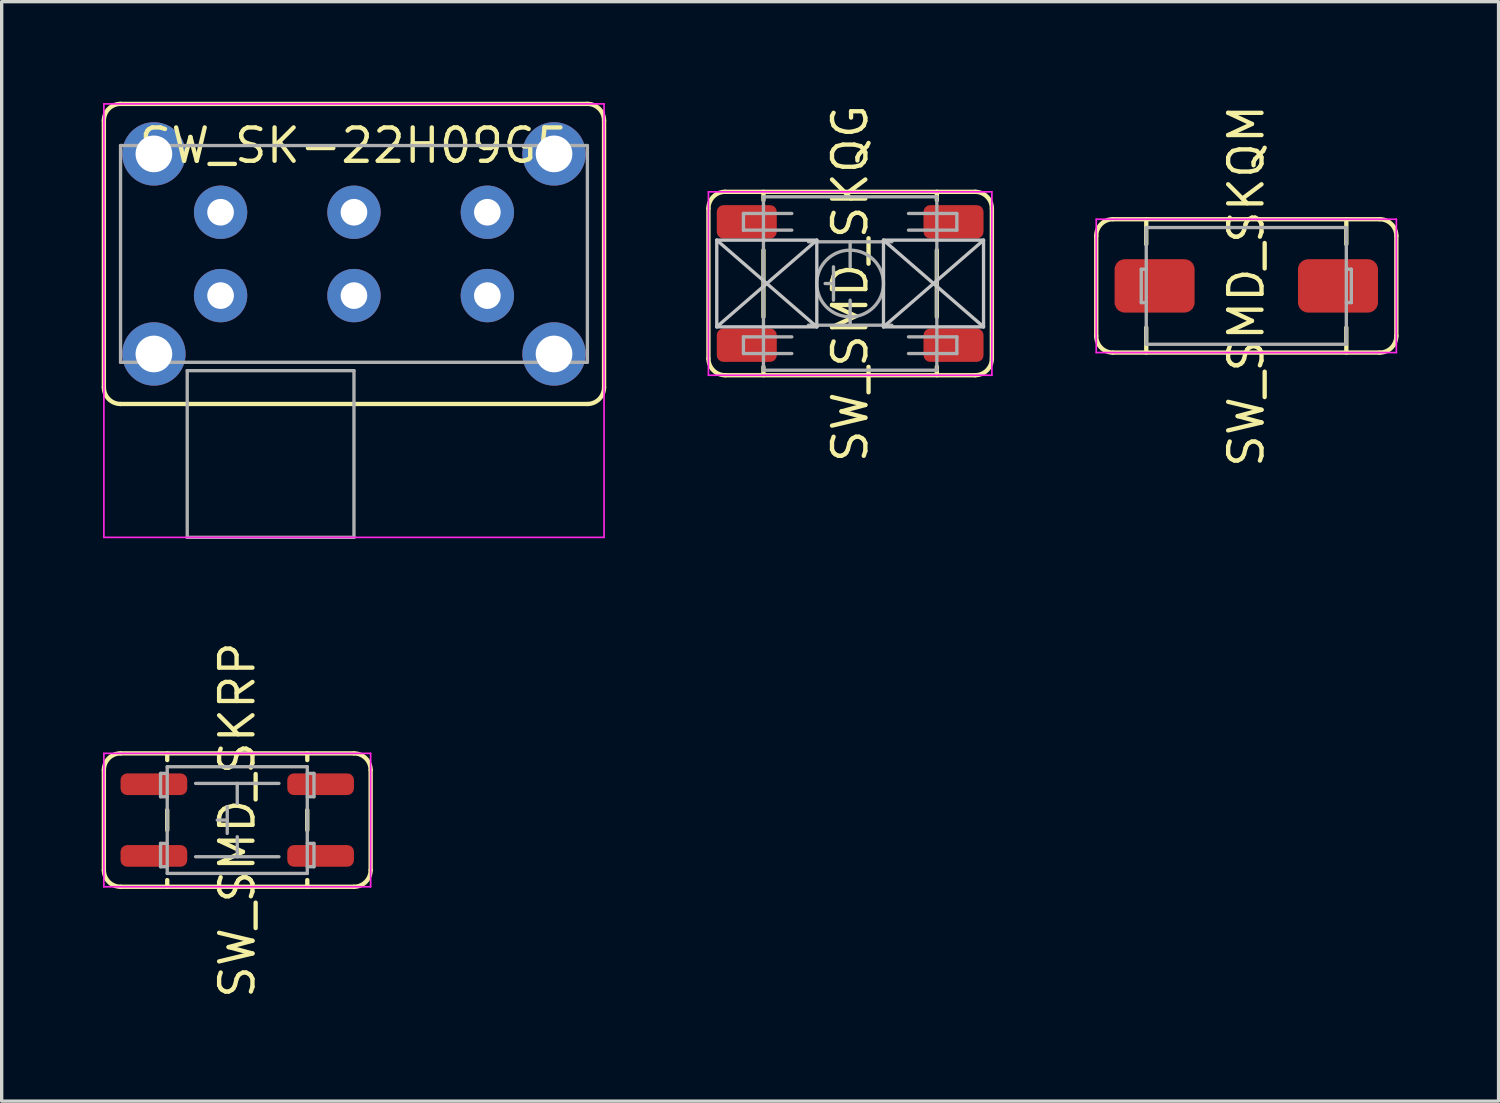
<source format=kicad_pcb>
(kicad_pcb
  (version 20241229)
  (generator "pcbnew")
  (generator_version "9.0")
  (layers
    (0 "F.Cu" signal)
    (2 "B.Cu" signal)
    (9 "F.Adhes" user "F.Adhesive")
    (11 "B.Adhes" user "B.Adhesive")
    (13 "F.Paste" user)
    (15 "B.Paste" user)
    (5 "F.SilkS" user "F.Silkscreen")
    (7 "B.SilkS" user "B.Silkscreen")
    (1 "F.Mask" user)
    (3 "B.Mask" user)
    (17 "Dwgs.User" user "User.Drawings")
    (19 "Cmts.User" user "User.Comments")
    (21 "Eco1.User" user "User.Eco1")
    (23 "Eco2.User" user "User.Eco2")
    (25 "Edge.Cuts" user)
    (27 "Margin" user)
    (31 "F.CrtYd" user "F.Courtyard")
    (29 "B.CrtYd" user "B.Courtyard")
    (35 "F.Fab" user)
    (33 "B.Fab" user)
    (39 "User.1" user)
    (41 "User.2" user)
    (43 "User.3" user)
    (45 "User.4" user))
  (footprint "SW_SMD_SKQG"
    (layer "F.Cu")
    (at 22.445 5.452)
    (property "Reference" "SW_SMD_SKQG" (at 0 0 90) (layer "F.SilkS") (effects (font (size 1 1) (thickness 0.13))))
    (attr smd)
    (fp_line (start -4.25 2.25) (end -4.25 -2.25) (stroke (width 0.13) (type solid)) (layer "F.SilkS"))
    (fp_line (start -3.75 -2.75) (end 3.75 -2.75) (stroke (width 0.13) (type solid)) (layer "F.SilkS"))
    (fp_line (start -2.6 -2.5) (end -2.6 -2.75) (stroke (width 0.13) (type solid)) (layer "F.SilkS"))
    (fp_line (start -2.6 1) (end -2.6 -1) (stroke (width 0.13) (type solid)) (layer "F.SilkS"))
    (fp_line (start -2.6 2.5) (end -2.6 2.75) (stroke (width 0.13) (type solid)) (layer "F.SilkS"))
    (fp_line (start 2.6 -2.5) (end 2.6 -2.75) (stroke (width 0.13) (type solid)) (layer "F.SilkS"))
    (fp_line (start 2.6 -1) (end 2.6 1) (stroke (width 0.13) (type solid)) (layer "F.SilkS"))
    (fp_line (start 2.6 2.5) (end 2.6 2.75) (stroke (width 0.13) (type solid)) (layer "F.SilkS"))
    (fp_line (start 3.75 2.75) (end -3.75 2.75) (stroke (width 0.13) (type solid)) (layer "F.SilkS"))
    (fp_line (start 4.25 -2.25) (end 4.25 2.25) (stroke (width 0.13) (type solid)) (layer "F.SilkS"))
    (fp_arc (start -4.25 -2.25) (mid -4.103553 -2.603553) (end -3.75 -2.75) (stroke (width 0.13) (type solid)) (layer "F.SilkS"))
    (fp_arc (start -3.75 2.75) (mid -4.103553 2.603553) (end -4.25 2.25) (stroke (width 0.13) (type solid)) (layer "F.SilkS"))
    (fp_arc (start 3.75 -2.75) (mid 4.103553 -2.603553) (end 4.25 -2.25) (stroke (width 0.13) (type solid)) (layer "F.SilkS"))
    (fp_arc (start 4.25 2.25) (mid 4.103553 2.603553) (end 3.75 2.75) (stroke (width 0.13) (type solid)) (layer "F.SilkS"))
    (fp_line (start -4 -1.3) (end -4 1.3) (stroke (width 0.1) (type solid)) (layer "Dwgs.User"))
    (fp_line (start -4 1.3) (end -1 -1.3) (stroke (width 0.1) (type solid)) (layer "Dwgs.User"))
    (fp_line (start -1 -1.3) (end -4 -1.3) (stroke (width 0.1) (type solid)) (layer "Dwgs.User"))
    (fp_line (start -1 1.3) (end -4 -1.3) (stroke (width 0.1) (type solid)) (layer "Dwgs.User"))
    (fp_line (start -1 1.3) (end -4 1.3) (stroke (width 0.1) (type solid)) (layer "Dwgs.User"))
    (fp_line (start -1 1.3) (end -1 -1.3) (stroke (width 0.1) (type solid)) (layer "Dwgs.User"))
    (fp_line (start 1 -1.3) (end 1 1.3) (stroke (width 0.1) (type solid)) (layer "Dwgs.User"))
    (fp_line (start 1 -1.3) (end 4 -1.3) (stroke (width 0.1) (type solid)) (layer "Dwgs.User"))
    (fp_line (start 1 -1.3) (end 4 1.3) (stroke (width 0.1) (type solid)) (layer "Dwgs.User"))
    (fp_line (start 1 1.3) (end 4 1.3) (stroke (width 0.1) (type solid)) (layer "Dwgs.User"))
    (fp_line (start 4 -1.3) (end 1 1.3) (stroke (width 0.1) (type solid)) (layer "Dwgs.User"))
    (fp_line (start 4 1.3) (end 4 -1.3) (stroke (width 0.1) (type solid)) (layer "Dwgs.User"))
    (fp_line (start -4.25 -2.75) (end 4.25 -2.75) (stroke (width 0.05) (type solid)) (layer "F.CrtYd"))
    (fp_line (start -4.25 2.75) (end -4.25 -2.75) (stroke (width 0.05) (type solid)) (layer "F.CrtYd"))
    (fp_line (start 4.25 -2.75) (end 4.25 2.75) (stroke (width 0.05) (type solid)) (layer "F.CrtYd"))
    (fp_line (start 4.25 2.75) (end -4.25 2.75) (stroke (width 0.05) (type solid)) (layer "F.CrtYd"))
    (fp_line (start -3.2 -2.1) (end -1.75 -2.1) (stroke (width 0.1) (type solid)) (layer "F.Fab"))
    (fp_line (start -3.2 -1.6) (end -3.2 -2.1) (stroke (width 0.1) (type solid)) (layer "F.Fab"))
    (fp_line (start -3.2 -1.6) (end -1.75 -1.6) (stroke (width 0.1) (type solid)) (layer "F.Fab"))
    (fp_line (start -3.2 1.6) (end -3.2 2.1) (stroke (width 0.1) (type solid)) (layer "F.Fab"))
    (fp_line (start -3.2 1.6) (end -1.75 1.6) (stroke (width 0.1) (type solid)) (layer "F.Fab"))
    (fp_line (start -3.2 2.1) (end -1.75 2.1) (stroke (width 0.1) (type solid)) (layer "F.Fab"))
    (fp_line (start -2.6 -2.6) (end -2.6 2.6) (stroke (width 0.1) (type solid)) (layer "F.Fab"))
    (fp_line (start -2.6 -2.6) (end 2.6 -2.6) (stroke (width 0.1) (type solid)) (layer "F.Fab"))
    (fp_line (start -2.6 2.6) (end 2.6 2.6) (stroke (width 0.1) (type solid)) (layer "F.Fab"))
    (fp_line (start -1.25 -1.25) (end 1.25 -1.25) (stroke (width 0.1) (type solid)) (layer "F.Fab"))
    (fp_line (start -1.25 1.25) (end 1.25 1.25) (stroke (width 0.1) (type solid)) (layer "F.Fab"))
    (fp_line (start -0.5 -0.5) (end -0.5 0.5) (stroke (width 0.1) (type solid)) (layer "F.Fab"))
    (fp_line (start -0.5 0) (end -0.75 0) (stroke (width 0.1) (type solid)) (layer "F.Fab"))
    (fp_line (start 0 -0.5) (end 0 -1.25) (stroke (width 0.1) (type solid)) (layer "F.Fab"))
    (fp_line (start 0 1.25) (end 0 0.5) (stroke (width 0.1) (type solid)) (layer "F.Fab"))
    (fp_line (start 2.6 2.6) (end 2.6 -2.6) (stroke (width 0.1) (type solid)) (layer "F.Fab"))
    (fp_line (start 3.2 -2.1) (end 1.75 -2.1) (stroke (width 0.1) (type solid)) (layer "F.Fab"))
    (fp_line (start 3.2 -1.6) (end 1.75 -1.6) (stroke (width 0.1) (type solid)) (layer "F.Fab"))
    (fp_line (start 3.2 -1.6) (end 3.2 -2.1) (stroke (width 0.1) (type solid)) (layer "F.Fab"))
    (fp_line (start 3.2 1.6) (end 1.75 1.6) (stroke (width 0.1) (type solid)) (layer "F.Fab"))
    (fp_line (start 3.2 1.6) (end 3.2 2.1) (stroke (width 0.1) (type solid)) (layer "F.Fab"))
    (fp_line (start 3.2 2.1) (end 1.75 2.1) (stroke (width 0.1) (type solid)) (layer "F.Fab"))
    (fp_circle (center 0 0) (end 1 0) (stroke (width 0.1) (type solid)) (fill no) (layer "F.Fab"))
    (pad "1" smd roundrect (at -3.1 -1.85 180) (size 1.8 1) (layers "F.Cu" "F.Mask" "F.Paste") (roundrect_rratio 0.2))
    (pad "2" smd roundrect (at 3.1 -1.85) (size 1.8 1) (layers "F.Cu" "F.Mask" "F.Paste") (roundrect_rratio 0.2))
    (pad "3" smd roundrect (at -3.1 1.85 180) (size 1.8 1) (layers "F.Cu" "F.Mask" "F.Paste") (roundrect_rratio 0.2))
    (pad "4" smd roundrect (at 3.1 1.85) (size 1.8 1) (layers "F.Cu" "F.Mask" "F.Paste") (roundrect_rratio 0.2)))
  (footprint "SW_SMD_SKRP"
    (layer "F.Cu")
    (at 4.065 21.543)
    (property "Reference" "SW_SMD_SKRP" (at 0 0 90) (layer "F.SilkS") (effects (font (size 1 1) (thickness 0.13))))
    (attr smd)
    (fp_line (start -4 1.5) (end -4 -1.5) (stroke (width 0.13) (type solid)) (layer "F.SilkS"))
    (fp_line (start -3.5 -2) (end 3.5 -2) (stroke (width 0.13) (type solid)) (layer "F.SilkS"))
    (fp_line (start -2.1 -1.8) (end -2.1 -2) (stroke (width 0.13) (type solid)) (layer "F.SilkS"))
    (fp_line (start -2.1 -0.3) (end -2.1 0.3) (stroke (width 0.13) (type solid)) (layer "F.SilkS"))
    (fp_line (start -2.1 1.8) (end -2.1 2) (stroke (width 0.13) (type solid)) (layer "F.SilkS"))
    (fp_line (start 2.1 -2) (end 2.1 -1.8) (stroke (width 0.13) (type solid)) (layer "F.SilkS"))
    (fp_line (start 2.1 -0.3) (end 2.1 0.3) (stroke (width 0.13) (type solid)) (layer "F.SilkS"))
    (fp_line (start 2.1 1.8) (end 2.1 2) (stroke (width 0.13) (type solid)) (layer "F.SilkS"))
    (fp_line (start 3.5 2) (end -3.5 2) (stroke (width 0.13) (type solid)) (layer "F.SilkS"))
    (fp_line (start 4 -1.5) (end 4 1.5) (stroke (width 0.13) (type solid)) (layer "F.SilkS"))
    (fp_arc (start -4 -1.5) (mid -3.853553 -1.853553) (end -3.5 -2) (stroke (width 0.13) (type solid)) (layer "F.SilkS"))
    (fp_arc (start -3.5 2) (mid -3.853553 1.853553) (end -4 1.5) (stroke (width 0.13) (type solid)) (layer "F.SilkS"))
    (fp_arc (start 3.5 -2) (mid 3.853553 -1.853553) (end 4 -1.5) (stroke (width 0.13) (type solid)) (layer "F.SilkS"))
    (fp_arc (start 4 1.5) (mid 3.853553 1.853553) (end 3.5 2) (stroke (width 0.13) (type solid)) (layer "F.SilkS"))
    (fp_line (start -4 -2) (end 4 -2) (stroke (width 0.05) (type solid)) (layer "F.CrtYd"))
    (fp_line (start -4 2) (end -4 -2) (stroke (width 0.05) (type solid)) (layer "F.CrtYd"))
    (fp_line (start 4 -2) (end 4 2) (stroke (width 0.05) (type solid)) (layer "F.CrtYd"))
    (fp_line (start 4 2) (end -4 2) (stroke (width 0.05) (type solid)) (layer "F.CrtYd"))
    (fp_line (start -2.3 -1.4) (end -2.3 -0.7) (stroke (width 0.1) (type solid)) (layer "F.Fab"))
    (fp_line (start -2.3 -0.7) (end -2.1 -0.7) (stroke (width 0.1) (type solid)) (layer "F.Fab"))
    (fp_line (start -2.3 0.7) (end -2.3 1.4) (stroke (width 0.1) (type solid)) (layer "F.Fab"))
    (fp_line (start -2.3 1.4) (end -2.1 1.4) (stroke (width 0.1) (type solid)) (layer "F.Fab"))
    (fp_line (start -2.1 -1.6) (end -2.1 1.6) (stroke (width 0.1) (type solid)) (layer "F.Fab"))
    (fp_line (start -2.1 -1.6) (end 2.1 -1.6) (stroke (width 0.1) (type solid)) (layer "F.Fab"))
    (fp_line (start -2.1 -1.4) (end -2.3 -1.4) (stroke (width 0.1) (type solid)) (layer "F.Fab"))
    (fp_line (start -2.1 0.7) (end -2.3 0.7) (stroke (width 0.1) (type solid)) (layer "F.Fab"))
    (fp_line (start -2.1 1.6) (end 2.1 1.6) (stroke (width 0.1) (type solid)) (layer "F.Fab"))
    (fp_line (start -1.25 -1.1) (end 1.25 -1.1) (stroke (width 0.1) (type solid)) (layer "F.Fab"))
    (fp_line (start -1.25 1.1) (end 1.25 1.1) (stroke (width 0.1) (type solid)) (layer "F.Fab"))
    (fp_line (start -0.3 -0.4) (end -0.3 0.4) (stroke (width 0.1) (type solid)) (layer "F.Fab"))
    (fp_line (start -0.3 0) (end -0.6 0) (stroke (width 0.1) (type solid)) (layer "F.Fab"))
    (fp_line (start 0 -0.5) (end 0 -1.1) (stroke (width 0.1) (type solid)) (layer "F.Fab"))
    (fp_line (start 0 1.1) (end 0 0.5) (stroke (width 0.1) (type solid)) (layer "F.Fab"))
    (fp_line (start 2.1 -0.7) (end 2.3 -0.7) (stroke (width 0.1) (type solid)) (layer "F.Fab"))
    (fp_line (start 2.1 1.4) (end 2.3 1.4) (stroke (width 0.1) (type solid)) (layer "F.Fab"))
    (fp_line (start 2.1 1.6) (end 2.1 -1.6) (stroke (width 0.1) (type solid)) (layer "F.Fab"))
    (fp_line (start 2.3 -1.4) (end 2.1 -1.4) (stroke (width 0.1) (type solid)) (layer "F.Fab"))
    (fp_line (start 2.3 -0.7) (end 2.3 -1.4) (stroke (width 0.1) (type solid)) (layer "F.Fab"))
    (fp_line (start 2.3 0.7) (end 2.1 0.7) (stroke (width 0.1) (type solid)) (layer "F.Fab"))
    (fp_line (start 2.3 1.4) (end 2.3 0.7) (stroke (width 0.1) (type solid)) (layer "F.Fab"))
    (pad "1" smd roundrect (at -2.5 -1.075) (size 2 0.65) (layers "F.Cu" "F.Mask" "F.Paste") (roundrect_rratio 0.308))
    (pad "2" smd roundrect (at 2.5 -1.075) (size 2 0.65) (layers "F.Cu" "F.Mask" "F.Paste") (roundrect_rratio 0.308))
    (pad "3" smd roundrect (at -2.5 1.075) (size 2 0.65) (layers "F.Cu" "F.Mask" "F.Paste") (roundrect_rratio 0.308))
    (pad "4" smd roundrect (at 2.5 1.075) (size 2 0.65) (layers "F.Cu" "F.Mask" "F.Paste") (roundrect_rratio 0.308)))
  (footprint "SW_SMD_SKQM"
    (layer "F.Cu")
    (at 34.325 5.524)
    (property "Reference" "SW_SMD_SKQM" (at 0 0 270) (layer "F.SilkS") (effects (font (size 1 1) (thickness 0.13))))
    (attr smd)
    (fp_line (start -4.5 1.5) (end -4.5 -1.5) (stroke (width 0.13) (type solid)) (layer "F.SilkS"))
    (fp_line (start -4 -2) (end 4 -2) (stroke (width 0.13) (type solid)) (layer "F.SilkS"))
    (fp_line (start -3 -2) (end -3 -1.25) (stroke (width 0.13) (type solid)) (layer "F.SilkS"))
    (fp_line (start -3 2) (end -3 1.25) (stroke (width 0.13) (type solid)) (layer "F.SilkS"))
    (fp_line (start 3 -2) (end 3 -1.25) (stroke (width 0.13) (type solid)) (layer "F.SilkS"))
    (fp_line (start 3 2) (end 3 1.25) (stroke (width 0.13) (type solid)) (layer "F.SilkS"))
    (fp_line (start 4 2) (end -4 2) (stroke (width 0.13) (type solid)) (layer "F.SilkS"))
    (fp_line (start 4.5 -1.5) (end 4.5 1.5) (stroke (width 0.13) (type solid)) (layer "F.SilkS"))
    (fp_arc (start -4.5 -1.5) (mid -4.353553 -1.853553) (end -4 -2) (stroke (width 0.13) (type solid)) (layer "F.SilkS"))
    (fp_arc (start -4 2) (mid -4.353553 1.853553) (end -4.5 1.5) (stroke (width 0.13) (type solid)) (layer "F.SilkS"))
    (fp_arc (start 4 -2) (mid 4.353553 -1.853553) (end 4.5 -1.5) (stroke (width 0.13) (type solid)) (layer "F.SilkS"))
    (fp_arc (start 4.5 1.5) (mid 4.353553 1.853553) (end 4 2) (stroke (width 0.13) (type solid)) (layer "F.SilkS"))
    (fp_line (start -4.5 -2) (end 4.5 -2) (stroke (width 0.05) (type solid)) (layer "F.CrtYd"))
    (fp_line (start -4.5 2) (end -4.5 -2) (stroke (width 0.05) (type solid)) (layer "F.CrtYd"))
    (fp_line (start 4.5 -2) (end 4.5 2) (stroke (width 0.05) (type solid)) (layer "F.CrtYd"))
    (fp_line (start 4.5 2) (end -4.5 2) (stroke (width 0.05) (type solid)) (layer "F.CrtYd"))
    (fp_line (start -3.15 -0.5) (end -3 -0.5) (stroke (width 0.1) (type solid)) (layer "F.Fab"))
    (fp_line (start -3.15 0.5) (end -3.15 -0.5) (stroke (width 0.1) (type solid)) (layer "F.Fab"))
    (fp_line (start -3.15 0.5) (end -3 0.5) (stroke (width 0.1) (type solid)) (layer "F.Fab"))
    (fp_line (start -3 -1.75) (end -3 1.75) (stroke (width 0.1) (type solid)) (layer "F.Fab"))
    (fp_line (start -3 -1.75) (end 3 -1.75) (stroke (width 0.1) (type solid)) (layer "F.Fab"))
    (fp_line (start -3 1.75) (end 3 1.75) (stroke (width 0.1) (type solid)) (layer "F.Fab"))
    (fp_line (start 3 1.75) (end 3 -1.75) (stroke (width 0.1) (type solid)) (layer "F.Fab"))
    (fp_line (start 3.15 -0.5) (end 3 -0.5) (stroke (width 0.1) (type solid)) (layer "F.Fab"))
    (fp_line (start 3.15 0.5) (end 3 0.5) (stroke (width 0.1) (type solid)) (layer "F.Fab"))
    (fp_line (start 3.15 0.5) (end 3.15 -0.5) (stroke (width 0.1) (type solid)) (layer "F.Fab"))
    (pad "1" smd roundrect (at -2.75 0) (size 2.4 1.6) (layers "F.Cu" "F.Mask" "F.Paste") (roundrect_rratio 0.188))
    (pad "2" smd roundrect (at 2.75 0 180) (size 2.4 1.6) (layers "F.Cu" "F.Mask" "F.Paste") (roundrect_rratio 0.188)))
  (footprint "SW_SK-22H09G5"
    (layer "F.Cu")
    (at 7.565 4.565)
    (property "Reference" "SW_SK-22H09G5" (at 0 -3.25 0) (layer "F.SilkS") (effects (font (size 1 1) (thickness 0.13))))
    (attr through_hole)
    (fp_line (start -7.5 -4) (end -7.5 4) (stroke (width 0.13) (type solid)) (layer "F.SilkS"))
    (fp_line (start -7 4.5) (end 7 4.5) (stroke (width 0.13) (type solid)) (layer "F.SilkS"))
    (fp_line (start 7 -4.5) (end -7 -4.5) (stroke (width 0.13) (type solid)) (layer "F.SilkS"))
    (fp_line (start 7.5 4) (end 7.5 -4) (stroke (width 0.13) (type solid)) (layer "F.SilkS"))
    (fp_arc (start -7.5 -4) (mid -7.353553 -4.353553) (end -7 -4.5) (stroke (width 0.13) (type solid)) (layer "F.SilkS"))
    (fp_arc (start -7 4.5) (mid -7.353553 4.353553) (end -7.5 4) (stroke (width 0.13) (type solid)) (layer "F.SilkS"))
    (fp_arc (start 7 -4.5) (mid 7.353553 -4.353553) (end 7.5 -4) (stroke (width 0.13) (type solid)) (layer "F.SilkS"))
    (fp_arc (start 7.5 4) (mid 7.353553 4.353553) (end 7 4.5) (stroke (width 0.13) (type solid)) (layer "F.SilkS"))
    (fp_line (start -7.5 -4.5) (end 7.5 -4.5) (stroke (width 0.05) (type solid)) (layer "F.CrtYd"))
    (fp_line (start -7.5 8.5) (end -7.5 -4.5) (stroke (width 0.05) (type solid)) (layer "F.CrtYd"))
    (fp_line (start 7.5 -4.5) (end 7.5 8.5) (stroke (width 0.05) (type solid)) (layer "F.CrtYd"))
    (fp_line (start 7.5 8.5) (end -7.5 8.5) (stroke (width 0.05) (type solid)) (layer "F.CrtYd"))
    (fp_line (start -7 -3.25) (end 7 -3.25) (stroke (width 0.1) (type solid)) (layer "F.Fab"))
    (fp_line (start -7 3.25) (end -7 -3.25) (stroke (width 0.1) (type solid)) (layer "F.Fab"))
    (fp_line (start -5 3.5) (end 0 3.5) (stroke (width 0.1) (type solid)) (layer "F.Fab"))
    (fp_line (start -5 8.5) (end -5 3.5) (stroke (width 0.1) (type solid)) (layer "F.Fab"))
    (fp_line (start 0 3.5) (end 0 8.5) (stroke (width 0.1) (type solid)) (layer "F.Fab"))
    (fp_line (start 0 8.5) (end -5 8.5) (stroke (width 0.1) (type solid)) (layer "F.Fab"))
    (fp_line (start 7 3.25) (end -7 3.25) (stroke (width 0.1) (type solid)) (layer "F.Fab"))
    (fp_line (start 7 3.25) (end 7 -3.25) (stroke (width 0.1) (type solid)) (layer "F.Fab"))
    (pad "1" thru_hole circle (at -4 -1.25) (size 1.6 1.6) (drill 0.8) (layers "*.Cu" "*.Mask"))
    (pad "1" thru_hole circle (at -4 1.25) (size 1.6 1.6) (drill 0.8) (layers "*.Cu" "*.Mask"))
    (pad "2" thru_hole circle (at 0 -1.25) (size 1.6 1.6) (drill 0.8) (layers "*.Cu" "*.Mask"))
    (pad "2" thru_hole circle (at 0 1.25) (size 1.6 1.6) (drill 0.8) (layers "*.Cu" "*.Mask"))
    (pad "3" thru_hole circle (at 4 -1.25) (size 1.6 1.6) (drill 0.8) (layers "*.Cu" "*.Mask"))
    (pad "3" thru_hole circle (at 4 1.25) (size 1.6 1.6) (drill 0.8) (layers "*.Cu" "*.Mask"))
    (pad "SH" thru_hole circle (at -6 -3) (size 1.9 1.9) (drill 1.1) (layers "*.Cu" "*.Mask"))
    (pad "SH" thru_hole circle (at -6 3) (size 1.9 1.9) (drill 1.1) (layers "*.Cu" "*.Mask"))
    (pad "SH" thru_hole circle (at 6 -3) (size 1.9 1.9) (drill 1.1) (layers "*.Cu" "*.Mask"))
    (pad "SH" thru_hole circle (at 6 3) (size 1.9 1.9) (drill 1.1) (layers "*.Cu" "*.Mask")))
  (gr_rect
    (start -3 -3)
    (end 41.89 29.972)
    (stroke (width 0.1) (type default))
    (fill no)
    (layer "Edge.Cuts")))
</source>
